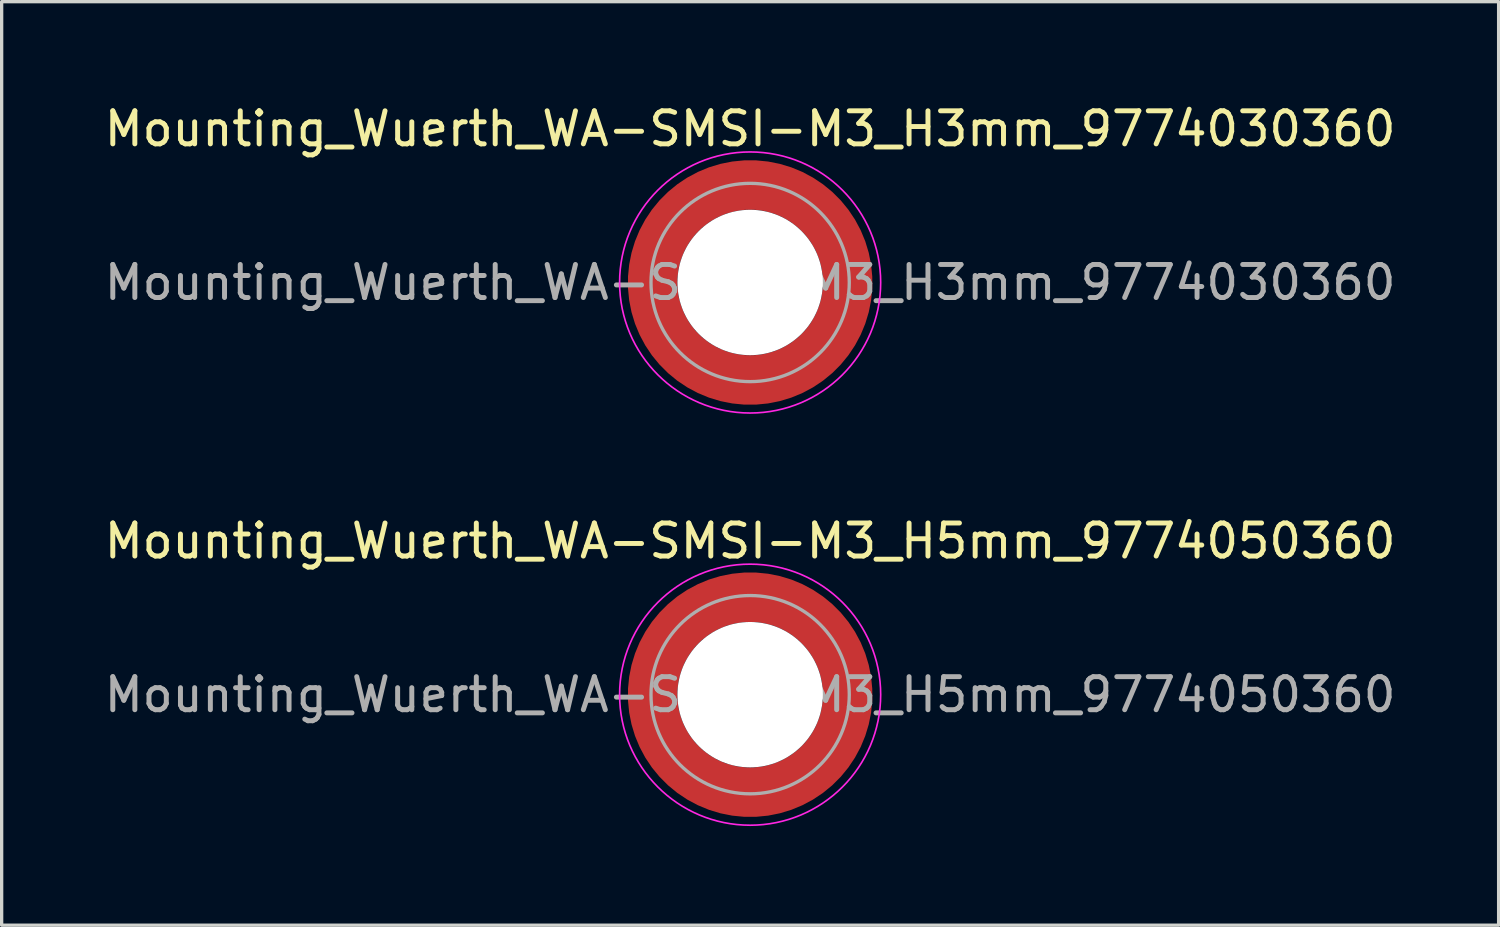
<source format=kicad_pcb>
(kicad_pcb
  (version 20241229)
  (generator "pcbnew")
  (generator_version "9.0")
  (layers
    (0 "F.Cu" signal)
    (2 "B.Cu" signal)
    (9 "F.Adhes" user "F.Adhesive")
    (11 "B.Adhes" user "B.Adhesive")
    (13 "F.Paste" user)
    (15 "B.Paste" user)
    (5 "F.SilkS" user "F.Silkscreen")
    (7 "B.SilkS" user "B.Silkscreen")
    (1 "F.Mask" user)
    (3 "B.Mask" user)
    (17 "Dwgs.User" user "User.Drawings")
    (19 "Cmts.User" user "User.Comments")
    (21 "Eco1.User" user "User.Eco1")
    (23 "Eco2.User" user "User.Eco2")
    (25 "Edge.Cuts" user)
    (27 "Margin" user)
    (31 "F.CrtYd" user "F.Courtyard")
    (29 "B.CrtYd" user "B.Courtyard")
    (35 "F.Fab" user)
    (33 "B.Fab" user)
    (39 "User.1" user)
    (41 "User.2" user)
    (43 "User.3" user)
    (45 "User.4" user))
  (footprint "Mounting_Wuerth_WA-SMSI-M3_H5mm_9774050360"
    (layer "F.Cu")
    (at 19.649 17.971)
    (property "Reference" "Mounting_Wuerth_WA-SMSI-M3_H5mm_9774050360" (at 0 -4.65 0) (layer "F.SilkS") (effects (font (size 1 1) (thickness 0.15))))
    (attr smd allow_soldermask_bridges)
    (fp_circle (center 0 0) (end 3.95 0) (stroke (width 0.05) (type solid)) (fill no) (layer "F.CrtYd"))
    (fp_circle (center 0 0) (end 3 0) (stroke (width 0.1) (type solid)) (fill no) (layer "F.Fab"))
    (fp_text user "${REFERENCE}" (at 0 0 0) (layer "F.Fab") (effects (font (size 1 1) (thickness 0.15))))
    (pad "" smd custom (at -2.058 -2.058) (size 0.55 0.55) (layers "F.Paste") (options (anchor circle)) (primitives (gr_arc (start -0.377294 1.707681) (mid 0.318198 0.318198) (end 1.707681 -0.377294) (width 0.2)) (gr_arc (start -0.478281 1.707681) (mid 0.247487 0.247487) (end 1.707681 -0.478281) (width 0.2)) (gr_arc (start -0.579192 1.707681) (mid 0.176777 0.176777) (end 1.707681 -0.579192) (width 0.2)) (gr_arc (start -0.680037 1.707681) (mid 0.106066 0.106066) (end 1.707681 -0.680037) (width 0.2)) (gr_arc (start -0.780822 1.707681) (mid 0.035355 0.035355) (end 1.707681 -0.780822) (width 0.2)) (gr_arc (start -0.881554 1.707681) (mid -0.035355 -0.035355) (end 1.707681 -0.881554) (width 0.2)) (gr_arc (start -0.982237 1.707681) (mid -0.106066 -0.106066) (end 1.707681 -0.982237) (width 0.2)) (gr_arc (start -1.082877 1.707681) (mid -0.176777 -0.176777) (end 1.707681 -1.082877) (width 0.2)) (gr_arc (start -1.183476 1.707681) (mid -0.247487 -0.247487) (end 1.707681 -1.183476) (width 0.2)) (gr_arc (start -1.28404 1.707681) (mid -0.318198 -0.318198) (end 1.707681 -1.28404) (width 0.2)) (gr_line (start 1.708 -0.377) (end 1.708 -1.284) (width 0.2)) (gr_line (start -0.377 1.708) (end -1.284 1.708) (width 0.2))))
    (pad "" smd custom (at -2.058 2.058) (size 0.55 0.55) (layers "F.Paste") (options (anchor circle)) (primitives (gr_arc (start 1.707681 0.377294) (mid 0.318198 -0.318198) (end -0.377294 -1.707681) (width 0.2)) (gr_arc (start 1.707681 0.478281) (mid 0.247487 -0.247487) (end -0.478281 -1.707681) (width 0.2)) (gr_arc (start 1.707681 0.579192) (mid 0.176777 -0.176777) (end -0.579192 -1.707681) (width 0.2)) (gr_arc (start 1.707681 0.680037) (mid 0.106066 -0.106066) (end -0.680037 -1.707681) (width 0.2)) (gr_arc (start 1.707681 0.780822) (mid 0.035355 -0.035355) (end -0.780822 -1.707681) (width 0.2)) (gr_arc (start 1.707681 0.881554) (mid -0.035355 0.035355) (end -0.881554 -1.707681) (width 0.2)) (gr_arc (start 1.707681 0.982237) (mid -0.106066 0.106066) (end -0.982237 -1.707681) (width 0.2)) (gr_arc (start 1.707681 1.082877) (mid -0.176777 0.176777) (end -1.082877 -1.707681) (width 0.2)) (gr_arc (start 1.707681 1.183476) (mid -0.247487 0.247487) (end -1.183476 -1.707681) (width 0.2)) (gr_arc (start 1.707681 1.28404) (mid -0.318198 0.318198) (end -1.28404 -1.707681) (width 0.2)) (gr_line (start -0.377 -1.708) (end -1.284 -1.708) (width 0.2)) (gr_line (start 1.708 0.377) (end 1.708 1.284) (width 0.2))))
    (pad "" np_thru_hole circle (at 0 0) (size 4.4 4.4) (drill 4.4) (layers "*.Cu" "*.Mask"))
    (pad "" smd custom (at 2.058 -2.058) (size 0.55 0.55) (layers "F.Paste") (options (anchor circle)) (primitives (gr_arc (start -1.707681 -0.377294) (mid -0.318198 0.318198) (end 0.377294 1.707681) (width 0.2)) (gr_arc (start -1.707681 -0.478281) (mid -0.247487 0.247487) (end 0.478281 1.707681) (width 0.2)) (gr_arc (start -1.707681 -0.579192) (mid -0.176777 0.176777) (end 0.579192 1.707681) (width 0.2)) (gr_arc (start -1.707681 -0.680037) (mid -0.106066 0.106066) (end 0.680037 1.707681) (width 0.2)) (gr_arc (start -1.707681 -0.780822) (mid -0.035355 0.035355) (end 0.780822 1.707681) (width 0.2)) (gr_arc (start -1.707681 -0.881554) (mid 0.035355 -0.035355) (end 0.881554 1.707681) (width 0.2)) (gr_arc (start -1.707681 -0.982237) (mid 0.106066 -0.106066) (end 0.982237 1.707681) (width 0.2)) (gr_arc (start -1.707681 -1.082877) (mid 0.176777 -0.176777) (end 1.082877 1.707681) (width 0.2)) (gr_arc (start -1.707681 -1.183476) (mid 0.247487 -0.247487) (end 1.183476 1.707681) (width 0.2)) (gr_arc (start -1.707681 -1.28404) (mid 0.318198 -0.318198) (end 1.28404 1.707681) (width 0.2)) (gr_line (start 0.377 1.708) (end 1.284 1.708) (width 0.2)) (gr_line (start -1.708 -0.377) (end -1.708 -1.284) (width 0.2))))
    (pad "" smd custom (at 2.058 2.058) (size 0.55 0.55) (layers "F.Paste") (options (anchor circle)) (primitives (gr_arc (start 0.377294 -1.707681) (mid -0.318198 -0.318198) (end -1.707681 0.377294) (width 0.2)) (gr_arc (start 0.478281 -1.707681) (mid -0.247487 -0.247487) (end -1.707681 0.478281) (width 0.2)) (gr_arc (start 0.579192 -1.707681) (mid -0.176777 -0.176777) (end -1.707681 0.579192) (width 0.2)) (gr_arc (start 0.680037 -1.707681) (mid -0.106066 -0.106066) (end -1.707681 0.680037) (width 0.2)) (gr_arc (start 0.780822 -1.707681) (mid -0.035355 -0.035355) (end -1.707681 0.780822) (width 0.2)) (gr_arc (start 0.881554 -1.707681) (mid 0.035355 0.035355) (end -1.707681 0.881554) (width 0.2)) (gr_arc (start 0.982237 -1.707681) (mid 0.106066 0.106066) (end -1.707681 0.982237) (width 0.2)) (gr_arc (start 1.082877 -1.707681) (mid 0.176777 0.176777) (end -1.707681 1.082877) (width 0.2)) (gr_arc (start 1.183476 -1.707681) (mid 0.247487 0.247487) (end -1.707681 1.183476) (width 0.2)) (gr_arc (start 1.28404 -1.707681) (mid 0.318198 0.318198) (end -1.707681 1.28404) (width 0.2)) (gr_line (start -1.708 0.377) (end -1.708 1.284) (width 0.2)) (gr_line (start 0.377 -1.708) (end 1.284 -1.708) (width 0.2))))
    (pad "1" smd circle (at -2.95 0) (size 0.992 0.992) (layers "F.Cu"))
    (pad "1" smd circle (at 0 -2.95) (size 0.992 0.992) (layers "F.Cu"))
    (pad "1" smd circle (at 0 2.95) (size 0.992 0.992) (layers "F.Cu"))
    (pad "1" smd custom (at 2.95 0) (size 1.5 1.5) (layers "F.Cu" "F.Mask") (options (anchor circle)) (primitives (gr_circle (center -2.95 0) (end 0 0) (width 1.5) (fill no)))))
  (footprint "Mounting_Wuerth_WA-SMSI-M3_H3mm_9774030360"
    (layer "F.Cu")
    (at 19.649 5.498)
    (property "Reference" "Mounting_Wuerth_WA-SMSI-M3_H3mm_9774030360" (at 0 -4.65 0) (layer "F.SilkS") (effects (font (size 1 1) (thickness 0.15))))
    (attr smd allow_soldermask_bridges)
    (fp_circle (center 0 0) (end 3.95 0) (stroke (width 0.05) (type solid)) (fill no) (layer "F.CrtYd"))
    (fp_circle (center 0 0) (end 3 0) (stroke (width 0.1) (type solid)) (fill no) (layer "F.Fab"))
    (fp_text user "${REFERENCE}" (at 0 0 0) (layer "F.Fab") (effects (font (size 1 1) (thickness 0.15))))
    (pad "" smd custom (at -2.058 -2.058) (size 0.55 0.55) (layers "F.Paste") (options (anchor circle)) (primitives (gr_arc (start -0.377294 1.707681) (mid 0.318198 0.318198) (end 1.707681 -0.377294) (width 0.2)) (gr_arc (start -0.478281 1.707681) (mid 0.247487 0.247487) (end 1.707681 -0.478281) (width 0.2)) (gr_arc (start -0.579192 1.707681) (mid 0.176777 0.176777) (end 1.707681 -0.579192) (width 0.2)) (gr_arc (start -0.680037 1.707681) (mid 0.106066 0.106066) (end 1.707681 -0.680037) (width 0.2)) (gr_arc (start -0.780822 1.707681) (mid 0.035355 0.035355) (end 1.707681 -0.780822) (width 0.2)) (gr_arc (start -0.881554 1.707681) (mid -0.035355 -0.035355) (end 1.707681 -0.881554) (width 0.2)) (gr_arc (start -0.982237 1.707681) (mid -0.106066 -0.106066) (end 1.707681 -0.982237) (width 0.2)) (gr_arc (start -1.082877 1.707681) (mid -0.176777 -0.176777) (end 1.707681 -1.082877) (width 0.2)) (gr_arc (start -1.183476 1.707681) (mid -0.247487 -0.247487) (end 1.707681 -1.183476) (width 0.2)) (gr_arc (start -1.28404 1.707681) (mid -0.318198 -0.318198) (end 1.707681 -1.28404) (width 0.2)) (gr_line (start 1.708 -0.377) (end 1.708 -1.284) (width 0.2)) (gr_line (start -0.377 1.708) (end -1.284 1.708) (width 0.2))))
    (pad "" smd custom (at -2.058 2.058) (size 0.55 0.55) (layers "F.Paste") (options (anchor circle)) (primitives (gr_arc (start 1.707681 0.377294) (mid 0.318198 -0.318198) (end -0.377294 -1.707681) (width 0.2)) (gr_arc (start 1.707681 0.478281) (mid 0.247487 -0.247487) (end -0.478281 -1.707681) (width 0.2)) (gr_arc (start 1.707681 0.579192) (mid 0.176777 -0.176777) (end -0.579192 -1.707681) (width 0.2)) (gr_arc (start 1.707681 0.680037) (mid 0.106066 -0.106066) (end -0.680037 -1.707681) (width 0.2)) (gr_arc (start 1.707681 0.780822) (mid 0.035355 -0.035355) (end -0.780822 -1.707681) (width 0.2)) (gr_arc (start 1.707681 0.881554) (mid -0.035355 0.035355) (end -0.881554 -1.707681) (width 0.2)) (gr_arc (start 1.707681 0.982237) (mid -0.106066 0.106066) (end -0.982237 -1.707681) (width 0.2)) (gr_arc (start 1.707681 1.082877) (mid -0.176777 0.176777) (end -1.082877 -1.707681) (width 0.2)) (gr_arc (start 1.707681 1.183476) (mid -0.247487 0.247487) (end -1.183476 -1.707681) (width 0.2)) (gr_arc (start 1.707681 1.28404) (mid -0.318198 0.318198) (end -1.28404 -1.707681) (width 0.2)) (gr_line (start -0.377 -1.708) (end -1.284 -1.708) (width 0.2)) (gr_line (start 1.708 0.377) (end 1.708 1.284) (width 0.2))))
    (pad "" np_thru_hole circle (at 0 0) (size 4.4 4.4) (drill 4.4) (layers "*.Cu" "*.Mask"))
    (pad "" smd custom (at 2.058 -2.058) (size 0.55 0.55) (layers "F.Paste") (options (anchor circle)) (primitives (gr_arc (start -1.707681 -0.377294) (mid -0.318198 0.318198) (end 0.377294 1.707681) (width 0.2)) (gr_arc (start -1.707681 -0.478281) (mid -0.247487 0.247487) (end 0.478281 1.707681) (width 0.2)) (gr_arc (start -1.707681 -0.579192) (mid -0.176777 0.176777) (end 0.579192 1.707681) (width 0.2)) (gr_arc (start -1.707681 -0.680037) (mid -0.106066 0.106066) (end 0.680037 1.707681) (width 0.2)) (gr_arc (start -1.707681 -0.780822) (mid -0.035355 0.035355) (end 0.780822 1.707681) (width 0.2)) (gr_arc (start -1.707681 -0.881554) (mid 0.035355 -0.035355) (end 0.881554 1.707681) (width 0.2)) (gr_arc (start -1.707681 -0.982237) (mid 0.106066 -0.106066) (end 0.982237 1.707681) (width 0.2)) (gr_arc (start -1.707681 -1.082877) (mid 0.176777 -0.176777) (end 1.082877 1.707681) (width 0.2)) (gr_arc (start -1.707681 -1.183476) (mid 0.247487 -0.247487) (end 1.183476 1.707681) (width 0.2)) (gr_arc (start -1.707681 -1.28404) (mid 0.318198 -0.318198) (end 1.28404 1.707681) (width 0.2)) (gr_line (start 0.377 1.708) (end 1.284 1.708) (width 0.2)) (gr_line (start -1.708 -0.377) (end -1.708 -1.284) (width 0.2))))
    (pad "" smd custom (at 2.058 2.058) (size 0.55 0.55) (layers "F.Paste") (options (anchor circle)) (primitives (gr_arc (start 0.377294 -1.707681) (mid -0.318198 -0.318198) (end -1.707681 0.377294) (width 0.2)) (gr_arc (start 0.478281 -1.707681) (mid -0.247487 -0.247487) (end -1.707681 0.478281) (width 0.2)) (gr_arc (start 0.579192 -1.707681) (mid -0.176777 -0.176777) (end -1.707681 0.579192) (width 0.2)) (gr_arc (start 0.680037 -1.707681) (mid -0.106066 -0.106066) (end -1.707681 0.680037) (width 0.2)) (gr_arc (start 0.780822 -1.707681) (mid -0.035355 -0.035355) (end -1.707681 0.780822) (width 0.2)) (gr_arc (start 0.881554 -1.707681) (mid 0.035355 0.035355) (end -1.707681 0.881554) (width 0.2)) (gr_arc (start 0.982237 -1.707681) (mid 0.106066 0.106066) (end -1.707681 0.982237) (width 0.2)) (gr_arc (start 1.082877 -1.707681) (mid 0.176777 0.176777) (end -1.707681 1.082877) (width 0.2)) (gr_arc (start 1.183476 -1.707681) (mid 0.247487 0.247487) (end -1.707681 1.183476) (width 0.2)) (gr_arc (start 1.28404 -1.707681) (mid 0.318198 0.318198) (end -1.707681 1.28404) (width 0.2)) (gr_line (start -1.708 0.377) (end -1.708 1.284) (width 0.2)) (gr_line (start 0.377 -1.708) (end 1.284 -1.708) (width 0.2))))
    (pad "1" smd circle (at -2.95 0) (size 0.992 0.992) (layers "F.Cu"))
    (pad "1" smd circle (at 0 -2.95) (size 0.992 0.992) (layers "F.Cu"))
    (pad "1" smd circle (at 0 2.95) (size 0.992 0.992) (layers "F.Cu"))
    (pad "1" smd custom (at 2.95 0) (size 1.5 1.5) (layers "F.Cu" "F.Mask") (options (anchor circle)) (primitives (gr_circle (center -2.95 0) (end 0 0) (width 1.5) (fill no)))))
  (gr_rect
    (start -3 -3)
    (end 42.298 24.947)
    (stroke (width 0.1) (type default))
    (fill no)
    (layer "Edge.Cuts")))
</source>
